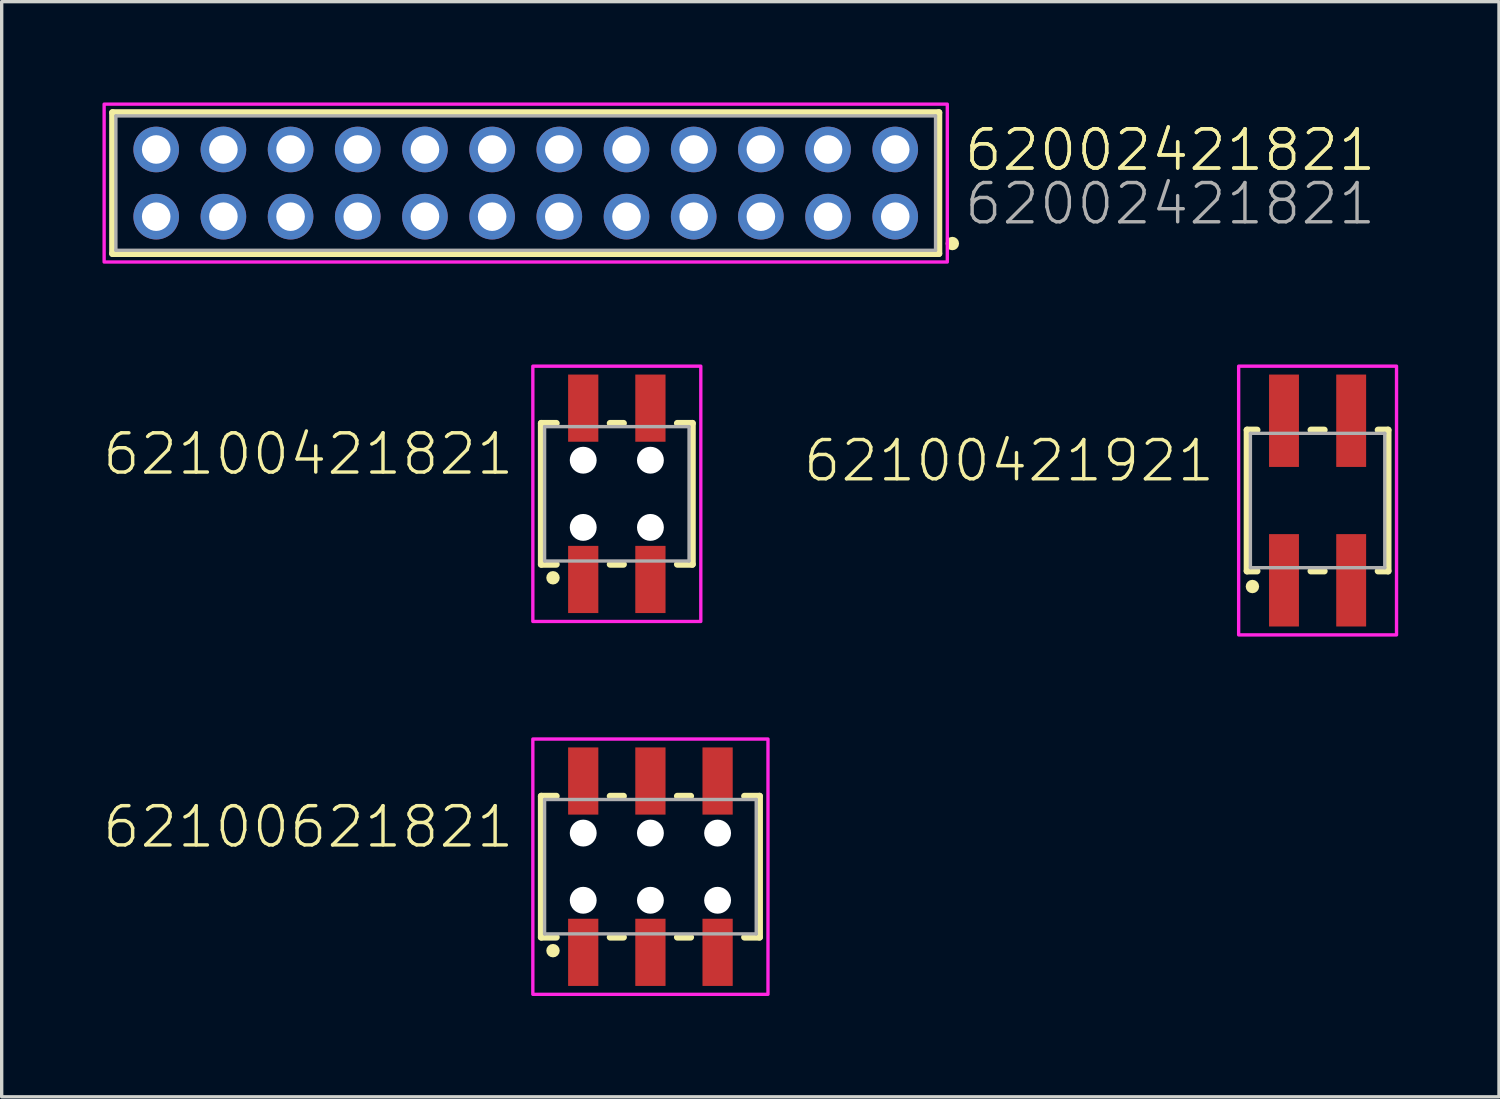
<source format=kicad_pcb>
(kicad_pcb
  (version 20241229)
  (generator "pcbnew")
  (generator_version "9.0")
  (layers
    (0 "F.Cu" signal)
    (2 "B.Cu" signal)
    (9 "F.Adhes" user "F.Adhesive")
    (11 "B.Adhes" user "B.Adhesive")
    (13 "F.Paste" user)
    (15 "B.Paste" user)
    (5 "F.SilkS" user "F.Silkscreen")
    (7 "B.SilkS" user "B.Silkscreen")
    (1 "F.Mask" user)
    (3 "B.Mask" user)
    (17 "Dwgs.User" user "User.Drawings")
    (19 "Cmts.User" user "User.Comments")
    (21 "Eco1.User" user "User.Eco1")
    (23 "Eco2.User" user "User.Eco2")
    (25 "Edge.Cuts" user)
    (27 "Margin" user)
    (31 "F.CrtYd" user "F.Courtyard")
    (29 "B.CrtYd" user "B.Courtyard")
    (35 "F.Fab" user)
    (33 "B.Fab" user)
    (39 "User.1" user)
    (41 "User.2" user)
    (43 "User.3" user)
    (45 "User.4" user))
  (footprint "62100421821"
    (layer "F.Cu")
    (at 15.312 11.65)
    (property "Reference" "62100421821" (at -3 -0.5 0) (unlocked yes) (layer "F.SilkS") (effects (font (size 1.168 1.168) (thickness 0.102)) (justify right bottom)))
    (fp_line (start -2.25 -2.1) (end -2.25 2.1) (stroke (width 0.2) (type solid)) (layer "F.SilkS"))
    (fp_line (start -2.25 2.1) (end -1.8 2.1) (stroke (width 0.2) (type solid)) (layer "F.SilkS"))
    (fp_line (start -1.8 -2.1) (end -2.25 -2.1) (stroke (width 0.2) (type solid)) (layer "F.SilkS"))
    (fp_line (start -0.2 -2.1) (end 0.2 -2.1) (stroke (width 0.2) (type solid)) (layer "F.SilkS"))
    (fp_line (start -0.2 2.1) (end 0.2 2.1) (stroke (width 0.2) (type solid)) (layer "F.SilkS"))
    (fp_line (start 1.8 -2.1) (end 2.25 -2.1) (stroke (width 0.2) (type solid)) (layer "F.SilkS"))
    (fp_line (start 2.25 -2.1) (end 2.25 2.1) (stroke (width 0.2) (type solid)) (layer "F.SilkS"))
    (fp_line (start 2.25 2.1) (end 1.8 2.1) (stroke (width 0.2) (type solid)) (layer "F.SilkS"))
    (fp_circle (center -1.9 2.5) (end -1.8 2.5) (stroke (width 0.2) (type solid)) (fill no) (layer "F.SilkS"))
    (fp_poly (pts (xy 2.5 3.8) (xy -2.5 3.8) (xy -2.5 -3.8) (xy 2.5 -3.8)) (stroke (width 0.1) (type default)) (fill no) (layer "F.CrtYd"))
    (fp_line (start -2.15 -2) (end 2.15 -2) (stroke (width 0.1) (type solid)) (layer "F.Fab"))
    (fp_line (start -2.15 2) (end -2.15 -2) (stroke (width 0.1) (type solid)) (layer "F.Fab"))
    (fp_line (start 2.15 -2) (end 2.15 2) (stroke (width 0.1) (type solid)) (layer "F.Fab"))
    (fp_line (start 2.15 2) (end -2.15 2) (stroke (width 0.1) (type solid)) (layer "F.Fab"))
    (pad "" np_thru_hole circle (at -1 -1) (size 0.8 0.8) (drill 0.8) (layers "*.Cu" "*.Mask"))
    (pad "" np_thru_hole circle (at -1 1) (size 0.8 0.8) (drill 0.8) (layers "*.Cu" "*.Mask"))
    (pad "" np_thru_hole circle (at 1 -1) (size 0.8 0.8) (drill 0.8) (layers "*.Cu" "*.Mask"))
    (pad "" np_thru_hole circle (at 1 1) (size 0.8 0.8) (drill 0.8) (layers "*.Cu" "*.Mask"))
    (pad "1" smd rect (at -1 2.55) (size 0.9 2) (layers "F.Cu" "F.Mask" "F.Paste"))
    (pad "2" smd rect (at -1 -2.55) (size 0.9 2) (layers "F.Cu" "F.Mask" "F.Paste"))
    (pad "3" smd rect (at 1 2.55) (size 0.9 2) (layers "F.Cu" "F.Mask" "F.Paste"))
    (pad "4" smd rect (at 1 -2.55) (size 0.9 2) (layers "F.Cu" "F.Mask" "F.Paste")))
  (footprint "62100421921"
    (layer "F.Cu")
    (at 36.173 11.85)
    (property "Reference" "62100421921" (at -3 -0.5 0) (unlocked yes) (layer "F.SilkS") (effects (font (size 1.168 1.168) (thickness 0.102)) (justify right bottom)))
    (fp_line (start -2.1 -2.1) (end -2.1 2.1) (stroke (width 0.2) (type solid)) (layer "F.SilkS"))
    (fp_line (start -2.1 2.1) (end -1.8 2.1) (stroke (width 0.2) (type solid)) (layer "F.SilkS"))
    (fp_line (start -1.8 -2.1) (end -2.1 -2.1) (stroke (width 0.2) (type solid)) (layer "F.SilkS"))
    (fp_line (start -0.2 -2.1) (end 0.2 -2.1) (stroke (width 0.2) (type solid)) (layer "F.SilkS"))
    (fp_line (start 0.2 2.1) (end -0.2 2.1) (stroke (width 0.2) (type solid)) (layer "F.SilkS"))
    (fp_line (start 1.8 -2.1) (end 2.1 -2.1) (stroke (width 0.2) (type solid)) (layer "F.SilkS"))
    (fp_line (start 2.1 -2.1) (end 2.1 2.1) (stroke (width 0.2) (type solid)) (layer "F.SilkS"))
    (fp_line (start 2.1 2.1) (end 1.8 2.1) (stroke (width 0.2) (type solid)) (layer "F.SilkS"))
    (fp_circle (center -1.94 2.56) (end -1.84 2.56) (stroke (width 0.2) (type solid)) (fill no) (layer "F.SilkS"))
    (fp_poly (pts (xy 2.35 4) (xy -2.35 4) (xy -2.35 -4) (xy 2.35 -4)) (stroke (width 0.1) (type default)) (fill no) (layer "F.CrtYd"))
    (fp_line (start -2 -2) (end 2 -2) (stroke (width 0.1) (type solid)) (layer "F.Fab"))
    (fp_line (start -2 2) (end -2 -2) (stroke (width 0.1) (type solid)) (layer "F.Fab"))
    (fp_line (start 2 -2) (end 2 2) (stroke (width 0.1) (type solid)) (layer "F.Fab"))
    (fp_line (start 2 2) (end -2 2) (stroke (width 0.1) (type solid)) (layer "F.Fab"))
    (pad "1" smd rect (at -1 2.375) (size 0.89 2.75) (layers "F.Cu" "F.Mask" "F.Paste"))
    (pad "2" smd rect (at -1 -2.375) (size 0.89 2.75) (layers "F.Cu" "F.Mask" "F.Paste"))
    (pad "3" smd rect (at 1 2.375) (size 0.89 2.75) (layers "F.Cu" "F.Mask" "F.Paste"))
    (pad "4" smd rect (at 1 -2.375) (size 0.89 2.75) (layers "F.Cu" "F.Mask" "F.Paste")))
  (footprint "62100621821"
    (layer "F.Cu")
    (at 16.312 22.75)
    (property "Reference" "62100621821" (at -4 -0.5 0) (unlocked yes) (layer "F.SilkS") (effects (font (size 1.168 1.168) (thickness 0.102)) (justify right bottom)))
    (fp_line (start -3.25 -2.1) (end -3.25 2.1) (stroke (width 0.2) (type solid)) (layer "F.SilkS"))
    (fp_line (start -3.25 2.1) (end -2.8 2.1) (stroke (width 0.2) (type solid)) (layer "F.SilkS"))
    (fp_line (start -2.8 -2.1) (end -3.25 -2.1) (stroke (width 0.2) (type solid)) (layer "F.SilkS"))
    (fp_line (start -1.2 -2.1) (end -0.8 -2.1) (stroke (width 0.2) (type solid)) (layer "F.SilkS"))
    (fp_line (start -1.2 2.1) (end -0.8 2.1) (stroke (width 0.2) (type solid)) (layer "F.SilkS"))
    (fp_line (start 0.8 -2.1) (end 1.2 -2.1) (stroke (width 0.2) (type solid)) (layer "F.SilkS"))
    (fp_line (start 0.8 2.1) (end 1.2 2.1) (stroke (width 0.2) (type solid)) (layer "F.SilkS"))
    (fp_line (start 2.8 -2.1) (end 3.25 -2.1) (stroke (width 0.2) (type solid)) (layer "F.SilkS"))
    (fp_line (start 3.25 -2.1) (end 3.25 2.1) (stroke (width 0.2) (type solid)) (layer "F.SilkS"))
    (fp_line (start 3.25 2.1) (end 2.8 2.1) (stroke (width 0.2) (type solid)) (layer "F.SilkS"))
    (fp_circle (center -2.9 2.5) (end -2.8 2.5) (stroke (width 0.2) (type solid)) (fill no) (layer "F.SilkS"))
    (fp_poly (pts (xy 3.5 3.8) (xy -3.5 3.8) (xy -3.5 -3.8) (xy 3.5 -3.8)) (stroke (width 0.1) (type default)) (fill no) (layer "F.CrtYd"))
    (fp_line (start -3.15 -2) (end 3.15 -2) (stroke (width 0.1) (type solid)) (layer "F.Fab"))
    (fp_line (start -3.15 2) (end -3.15 -2) (stroke (width 0.1) (type solid)) (layer "F.Fab"))
    (fp_line (start 3.15 -2) (end 3.15 2) (stroke (width 0.1) (type solid)) (layer "F.Fab"))
    (fp_line (start 3.15 2) (end -3.15 2) (stroke (width 0.1) (type solid)) (layer "F.Fab"))
    (pad "" np_thru_hole circle (at -2 -1) (size 0.8 0.8) (drill 0.8) (layers "*.Cu" "*.Mask"))
    (pad "" np_thru_hole circle (at -2 1) (size 0.8 0.8) (drill 0.8) (layers "*.Cu" "*.Mask"))
    (pad "" np_thru_hole circle (at 0 -1) (size 0.8 0.8) (drill 0.8) (layers "*.Cu" "*.Mask"))
    (pad "" np_thru_hole circle (at 0 1) (size 0.8 0.8) (drill 0.8) (layers "*.Cu" "*.Mask"))
    (pad "" np_thru_hole circle (at 2 -1) (size 0.8 0.8) (drill 0.8) (layers "*.Cu" "*.Mask"))
    (pad "" np_thru_hole circle (at 2 1) (size 0.8 0.8) (drill 0.8) (layers "*.Cu" "*.Mask"))
    (pad "1" smd rect (at -2 2.55) (size 0.9 2) (layers "F.Cu" "F.Mask" "F.Paste"))
    (pad "2" smd rect (at -2 -2.55) (size 0.9 2) (layers "F.Cu" "F.Mask" "F.Paste"))
    (pad "3" smd rect (at 0 2.55) (size 0.9 2) (layers "F.Cu" "F.Mask" "F.Paste"))
    (pad "4" smd rect (at 0 -2.55) (size 0.9 2) (layers "F.Cu" "F.Mask" "F.Paste"))
    (pad "5" smd rect (at 2 2.55) (size 0.9 2) (layers "F.Cu" "F.Mask" "F.Paste"))
    (pad "6" smd rect (at 2 -2.55) (size 0.9 2) (layers "F.Cu" "F.Mask" "F.Paste")))
  (footprint "62002421821"
    (layer "F.Cu")
    (at 12.6 2.4)
    (property "Reference" "62002421821" (at 13 -0.3 0) (unlocked yes) (layer "F.SilkS") (effects (font (size 1.168 1.168) (thickness 0.102)) (justify left bottom)))
    (property "Value" "62002421821" (at 13 1.3 0) (unlocked yes) (layer "F.Fab") (hide yes) (effects (font (size 1.168 1.168) (thickness 0.102)) (justify left bottom)))
    (fp_line (start -12.3 -2.1) (end 12.3 -2.1) (stroke (width 0.2) (type solid)) (layer "F.SilkS"))
    (fp_line (start -12.3 2.1) (end -12.3 -2.1) (stroke (width 0.2) (type solid)) (layer "F.SilkS"))
    (fp_line (start 12.3 -2.1) (end 12.3 2.1) (stroke (width 0.2) (type solid)) (layer "F.SilkS"))
    (fp_line (start 12.3 2.1) (end -12.3 2.1) (stroke (width 0.2) (type solid)) (layer "F.SilkS"))
    (fp_circle (center 12.7 1.8) (end 12.8 1.8) (stroke (width 0.2) (type solid)) (fill no) (layer "F.SilkS"))
    (fp_poly (pts (xy 12.55 2.35) (xy -12.55 2.35) (xy -12.55 -2.35) (xy 12.55 -2.35)) (stroke (width 0.1) (type default)) (fill no) (layer "F.CrtYd"))
    (fp_line (start -12.2 -2) (end -12.2 2) (stroke (width 0.1) (type solid)) (layer "F.Fab"))
    (fp_line (start -12.2 2) (end 12.2 2) (stroke (width 0.1) (type solid)) (layer "F.Fab"))
    (fp_line (start 12.2 -2) (end -12.2 -2) (stroke (width 0.1) (type solid)) (layer "F.Fab"))
    (fp_line (start 12.2 2) (end 12.2 -2) (stroke (width 0.1) (type solid)) (layer "F.Fab"))
    (fp_text user "${REFERENCE}" (at 13 -0.3 0) (unlocked yes) (layer "F.SilkS") (effects (font (size 1.168 1.168) (thickness 0.102)) (justify left bottom)))
    (fp_text user "${VALUE}" (at 13 1.3 0) (unlocked yes) (layer "F.Fab") (effects (font (size 1.168 1.168) (thickness 0.102)) (justify left bottom)))
    (pad "1" thru_hole circle (at 11 1 180) (size 1.358 1.358) (drill 0.85) (layers "*.Cu" "*.Mask"))
    (pad "2" thru_hole circle (at 11 -1 180) (size 1.358 1.358) (drill 0.85) (layers "*.Cu" "*.Mask"))
    (pad "3" thru_hole circle (at 9 1 180) (size 1.358 1.358) (drill 0.85) (layers "*.Cu" "*.Mask"))
    (pad "4" thru_hole circle (at 9 -1 180) (size 1.358 1.358) (drill 0.85) (layers "*.Cu" "*.Mask"))
    (pad "5" thru_hole circle (at 7 1 180) (size 1.358 1.358) (drill 0.85) (layers "*.Cu" "*.Mask"))
    (pad "6" thru_hole circle (at 7 -1 180) (size 1.358 1.358) (drill 0.85) (layers "*.Cu" "*.Mask"))
    (pad "7" thru_hole circle (at 5 1 180) (size 1.358 1.358) (drill 0.85) (layers "*.Cu" "*.Mask"))
    (pad "8" thru_hole circle (at 5 -1 180) (size 1.358 1.358) (drill 0.85) (layers "*.Cu" "*.Mask"))
    (pad "9" thru_hole circle (at 3 1 180) (size 1.358 1.358) (drill 0.85) (layers "*.Cu" "*.Mask"))
    (pad "10" thru_hole circle (at 3 -1 180) (size 1.358 1.358) (drill 0.85) (layers "*.Cu" "*.Mask"))
    (pad "11" thru_hole circle (at 1 1 180) (size 1.358 1.358) (drill 0.85) (layers "*.Cu" "*.Mask"))
    (pad "12" thru_hole circle (at 1 -1 180) (size 1.358 1.358) (drill 0.85) (layers "*.Cu" "*.Mask"))
    (pad "13" thru_hole circle (at -1 1 180) (size 1.358 1.358) (drill 0.85) (layers "*.Cu" "*.Mask"))
    (pad "14" thru_hole circle (at -1 -1 180) (size 1.358 1.358) (drill 0.85) (layers "*.Cu" "*.Mask"))
    (pad "15" thru_hole circle (at -3 1 180) (size 1.358 1.358) (drill 0.85) (layers "*.Cu" "*.Mask"))
    (pad "16" thru_hole circle (at -3 -1 180) (size 1.358 1.358) (drill 0.85) (layers "*.Cu" "*.Mask"))
    (pad "17" thru_hole circle (at -5 1 180) (size 1.358 1.358) (drill 0.85) (layers "*.Cu" "*.Mask"))
    (pad "18" thru_hole circle (at -5 -1 180) (size 1.358 1.358) (drill 0.85) (layers "*.Cu" "*.Mask"))
    (pad "19" thru_hole circle (at -7 1 180) (size 1.358 1.358) (drill 0.85) (layers "*.Cu" "*.Mask"))
    (pad "20" thru_hole circle (at -7 -1 180) (size 1.358 1.358) (drill 0.85) (layers "*.Cu" "*.Mask"))
    (pad "21" thru_hole circle (at -9 1 180) (size 1.358 1.358) (drill 0.85) (layers "*.Cu" "*.Mask"))
    (pad "22" thru_hole circle (at -9 -1 180) (size 1.358 1.358) (drill 0.85) (layers "*.Cu" "*.Mask"))
    (pad "23" thru_hole circle (at -11 1 180) (size 1.358 1.358) (drill 0.85) (layers "*.Cu" "*.Mask"))
    (pad "24" thru_hole circle (at -11 -1 180) (size 1.358 1.358) (drill 0.85) (layers "*.Cu" "*.Mask")))
  (gr_rect
    (start -3 -3)
    (end 41.573 29.6)
    (stroke (width 0.1) (type default))
    (fill no)
    (layer "Edge.Cuts")))
</source>
